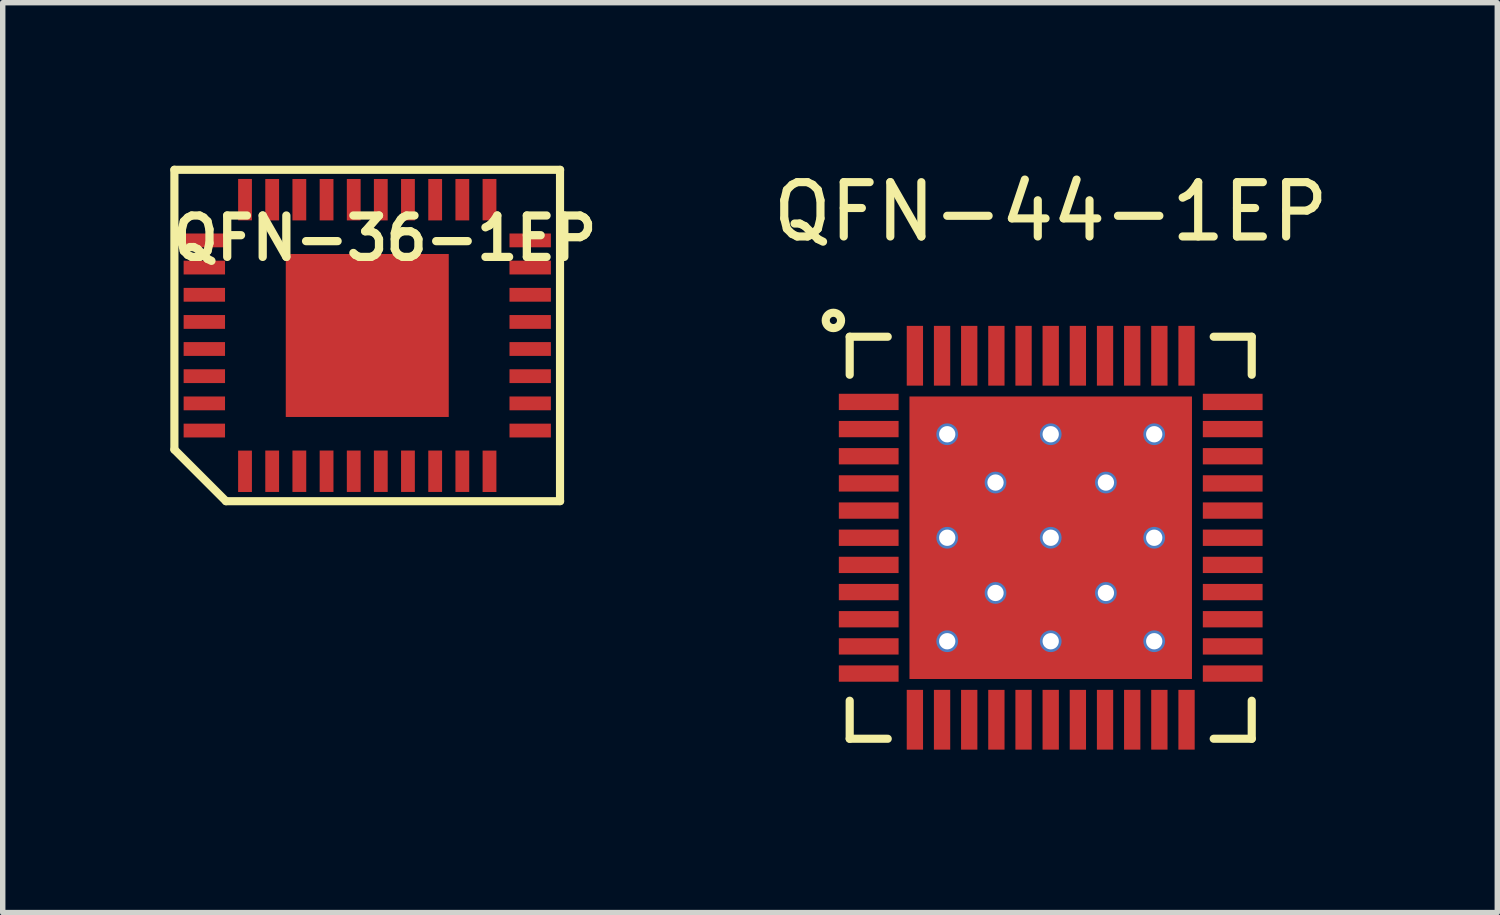
<source format=kicad_pcb>
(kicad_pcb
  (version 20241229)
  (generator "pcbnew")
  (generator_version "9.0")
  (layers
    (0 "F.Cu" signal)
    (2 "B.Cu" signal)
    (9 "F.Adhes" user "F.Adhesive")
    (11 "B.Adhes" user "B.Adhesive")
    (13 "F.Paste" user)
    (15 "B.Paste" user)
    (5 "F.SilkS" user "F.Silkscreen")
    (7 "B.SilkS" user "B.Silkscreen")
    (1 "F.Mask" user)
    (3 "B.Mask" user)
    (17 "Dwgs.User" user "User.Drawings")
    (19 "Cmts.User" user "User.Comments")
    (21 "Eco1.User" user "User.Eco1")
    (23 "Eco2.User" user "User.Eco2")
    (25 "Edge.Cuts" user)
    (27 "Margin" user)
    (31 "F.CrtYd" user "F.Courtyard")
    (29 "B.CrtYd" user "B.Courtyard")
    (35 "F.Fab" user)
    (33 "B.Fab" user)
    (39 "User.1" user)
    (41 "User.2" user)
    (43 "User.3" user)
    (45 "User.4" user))
  (footprint "QFN-44-1EP"
    (layer "F.Cu")
    (at 16.29 6.848)
    (property "Reference" "QFN-44-1EP" (at 0 -6 0) (layer "F.SilkS") (effects (font (size 1 1) (thickness 0.15))))
    (attr smd)
    (fp_line (start -3.7 -3.7) (end -3 -3.7) (stroke (width 0.15) (type solid)) (layer "F.SilkS"))
    (fp_line (start -3.7 -3) (end -3.7 -3.7) (stroke (width 0.15) (type solid)) (layer "F.SilkS"))
    (fp_line (start -3.7 3) (end -3.7 3.7) (stroke (width 0.15) (type solid)) (layer "F.SilkS"))
    (fp_line (start -3.7 3.7) (end -3 3.7) (stroke (width 0.15) (type solid)) (layer "F.SilkS"))
    (fp_line (start 3 -3.7) (end 3.7 -3.7) (stroke (width 0.15) (type solid)) (layer "F.SilkS"))
    (fp_line (start 3 3.7) (end 3.7 3.7) (stroke (width 0.15) (type solid)) (layer "F.SilkS"))
    (fp_line (start 3.7 -3.7) (end 3.7 -3) (stroke (width 0.15) (type solid)) (layer "F.SilkS"))
    (fp_line (start 3.7 3.7) (end 3.7 3) (stroke (width 0.15) (type solid)) (layer "F.SilkS"))
    (fp_circle (center -4 -4) (end -4.1 -4.1) (stroke (width 0.15) (type solid)) (fill no) (layer "F.SilkS"))
    (pad "1" smd rect (at -3.35 -2.5) (size 1.1 0.3) (layers "F.Cu" "F.Mask" "F.Paste"))
    (pad "2" smd rect (at -3.35 -2) (size 1.1 0.3) (layers "F.Cu" "F.Mask" "F.Paste"))
    (pad "3" smd rect (at -3.35 -1.5) (size 1.1 0.3) (layers "F.Cu" "F.Mask" "F.Paste"))
    (pad "4" smd rect (at -3.35 -1) (size 1.1 0.3) (layers "F.Cu" "F.Mask" "F.Paste"))
    (pad "5" smd rect (at -3.35 -0.5) (size 1.1 0.3) (layers "F.Cu" "F.Mask" "F.Paste"))
    (pad "6" smd rect (at -3.35 0) (size 1.1 0.3) (layers "F.Cu" "F.Mask" "F.Paste"))
    (pad "7" smd rect (at -3.35 0.5) (size 1.1 0.3) (layers "F.Cu" "F.Mask" "F.Paste"))
    (pad "8" smd rect (at -3.35 1) (size 1.1 0.3) (layers "F.Cu" "F.Mask" "F.Paste"))
    (pad "9" smd rect (at -3.35 1.5) (size 1.1 0.3) (layers "F.Cu" "F.Mask" "F.Paste"))
    (pad "10" smd rect (at -3.35 2) (size 1.1 0.3) (layers "F.Cu" "F.Mask" "F.Paste"))
    (pad "11" smd rect (at -3.35 2.5) (size 1.1 0.3) (layers "F.Cu" "F.Mask" "F.Paste"))
    (pad "12" smd rect (at -2.5 3.35) (size 0.3 1.1) (layers "F.Cu" "F.Mask" "F.Paste"))
    (pad "13" smd rect (at -2 3.35) (size 0.3 1.1) (layers "F.Cu" "F.Mask" "F.Paste"))
    (pad "14" smd rect (at -1.5 3.35) (size 0.3 1.1) (layers "F.Cu" "F.Mask" "F.Paste"))
    (pad "15" smd rect (at -1 3.35) (size 0.3 1.1) (layers "F.Cu" "F.Mask" "F.Paste"))
    (pad "16" smd rect (at -0.5 3.35) (size 0.3 1.1) (layers "F.Cu" "F.Mask" "F.Paste"))
    (pad "17" smd rect (at 0 3.35) (size 0.3 1.1) (layers "F.Cu" "F.Mask" "F.Paste"))
    (pad "18" smd rect (at 0.5 3.35) (size 0.3 1.1) (layers "F.Cu" "F.Mask" "F.Paste"))
    (pad "19" smd rect (at 1 3.35) (size 0.3 1.1) (layers "F.Cu" "F.Mask" "F.Paste"))
    (pad "20" smd rect (at 1.5 3.35) (size 0.3 1.1) (layers "F.Cu" "F.Mask" "F.Paste"))
    (pad "21" smd rect (at 2 3.35) (size 0.3 1.1) (layers "F.Cu" "F.Mask" "F.Paste"))
    (pad "22" smd rect (at 2.5 3.35) (size 0.3 1.1) (layers "F.Cu" "F.Mask" "F.Paste"))
    (pad "23" smd rect (at 3.35 2.5) (size 1.1 0.3) (layers "F.Cu" "F.Mask" "F.Paste"))
    (pad "24" smd rect (at 3.35 2) (size 1.1 0.3) (layers "F.Cu" "F.Mask" "F.Paste"))
    (pad "25" smd rect (at 3.35 1.5) (size 1.1 0.3) (layers "F.Cu" "F.Mask" "F.Paste"))
    (pad "26" smd rect (at 3.35 1) (size 1.1 0.3) (layers "F.Cu" "F.Mask" "F.Paste"))
    (pad "27" smd rect (at 3.35 0.5) (size 1.1 0.3) (layers "F.Cu" "F.Mask" "F.Paste"))
    (pad "28" smd rect (at 3.35 0) (size 1.1 0.3) (layers "F.Cu" "F.Mask" "F.Paste"))
    (pad "29" smd rect (at 3.35 -0.5) (size 1.1 0.3) (layers "F.Cu" "F.Mask" "F.Paste"))
    (pad "30" smd rect (at 3.35 -1) (size 1.1 0.3) (layers "F.Cu" "F.Mask" "F.Paste"))
    (pad "31" smd rect (at 3.35 -1.5) (size 1.1 0.3) (layers "F.Cu" "F.Mask" "F.Paste"))
    (pad "32" smd rect (at 3.35 -2) (size 1.1 0.3) (layers "F.Cu" "F.Mask" "F.Paste"))
    (pad "33" smd rect (at 3.35 -2.5) (size 1.1 0.3) (layers "F.Cu" "F.Mask" "F.Paste"))
    (pad "34" smd rect (at 2.5 -3.35) (size 0.3 1.1) (layers "F.Cu" "F.Mask" "F.Paste"))
    (pad "35" smd rect (at 2 -3.35) (size 0.3 1.1) (layers "F.Cu" "F.Mask" "F.Paste"))
    (pad "36" smd rect (at 1.5 -3.35) (size 0.3 1.1) (layers "F.Cu" "F.Mask" "F.Paste"))
    (pad "37" smd rect (at 1 -3.35) (size 0.3 1.1) (layers "F.Cu" "F.Mask" "F.Paste"))
    (pad "38" smd rect (at 0.5 -3.35) (size 0.3 1.1) (layers "F.Cu" "F.Mask" "F.Paste"))
    (pad "39" smd rect (at 0 -3.35) (size 0.3 1.1) (layers "F.Cu" "F.Mask" "F.Paste"))
    (pad "40" smd rect (at -0.5 -3.35) (size 0.3 1.1) (layers "F.Cu" "F.Mask" "F.Paste"))
    (pad "41" smd rect (at -1 -3.35) (size 0.3 1.1) (layers "F.Cu" "F.Mask" "F.Paste"))
    (pad "42" smd rect (at -1.5 -3.35) (size 0.3 1.1) (layers "F.Cu" "F.Mask" "F.Paste"))
    (pad "43" smd rect (at -2 -3.35) (size 0.3 1.1) (layers "F.Cu" "F.Mask" "F.Paste"))
    (pad "44" smd rect (at -2.5 -3.35) (size 0.3 1.1) (layers "F.Cu" "F.Mask" "F.Paste"))
    (pad "45" thru_hole circle (at -1.905 -1.905) (size 0.4 0.4) (drill 0.3) (layers "*.Cu"))
    (pad "45" thru_hole circle (at -1.905 0) (size 0.4 0.4) (drill 0.3) (layers "*.Cu"))
    (pad "45" thru_hole circle (at -1.905 1.905) (size 0.4 0.4) (drill 0.3) (layers "*.Cu"))
    (pad "45" thru_hole circle (at -1.016 -1.016) (size 0.4 0.4) (drill 0.3) (layers "*.Cu"))
    (pad "45" thru_hole circle (at -1.016 1.016) (size 0.4 0.4) (drill 0.3) (layers "*.Cu"))
    (pad "45" thru_hole circle (at 0 -1.905) (size 0.4 0.4) (drill 0.3) (layers "*.Cu"))
    (pad "45" thru_hole circle (at 0 0) (size 0.4 0.4) (drill 0.3) (layers "*.Cu"))
    (pad "45" smd rect (at 0 0) (size 5.2 5.2) (layers "F.Cu" "F.Mask" "F.Paste"))
    (pad "45" thru_hole circle (at 0 1.905) (size 0.4 0.4) (drill 0.3) (layers "*.Cu"))
    (pad "45" thru_hole circle (at 1.016 -1.016) (size 0.4 0.4) (drill 0.3) (layers "*.Cu"))
    (pad "45" thru_hole circle (at 1.016 1.016) (size 0.4 0.4) (drill 0.3) (layers "*.Cu"))
    (pad "45" thru_hole circle (at 1.905 -1.905) (size 0.4 0.4) (drill 0.3) (layers "*.Cu"))
    (pad "45" thru_hole circle (at 1.905 0) (size 0.4 0.4) (drill 0.3) (layers "*.Cu"))
    (pad "45" thru_hole circle (at 1.905 1.905) (size 0.4 0.4) (drill 0.3) (layers "*.Cu")))
  (footprint "QFN-36-1EP"
    (layer "F.Cu")
    (at 3.71 3.125)
    (property "Reference" "QFN-36-1EP" (at 0.325 -1.791 0) (layer "F.SilkS") (effects (font (size 0.762 0.762) (thickness 0.152))))
    (attr smd)
    (fp_line (start -3.55 -3.05) (end 3.55 -3.05) (stroke (width 0.15) (type solid)) (layer "F.SilkS"))
    (fp_line (start -3.55 2.1) (end -3.55 -3.05) (stroke (width 0.15) (type solid)) (layer "F.SilkS"))
    (fp_line (start -2.6 3.05) (end -3.55 2.1) (stroke (width 0.15) (type solid)) (layer "F.SilkS"))
    (fp_line (start -2.6 3.05) (end 3.55 3.05) (stroke (width 0.15) (type solid)) (layer "F.SilkS"))
    (fp_line (start 3.548 -3.048) (end 3.548 3.048) (stroke (width 0.15) (type solid)) (layer "F.SilkS"))
    (pad "1" smd rect (at -2.25 2.5) (size 0.254 0.762) (layers "F.Cu" "F.Mask" "F.Paste"))
    (pad "2" smd rect (at -1.75 2.499) (size 0.254 0.762) (layers "F.Cu" "F.Mask" "F.Paste"))
    (pad "3" smd rect (at -1.25 2.499) (size 0.254 0.762) (layers "F.Cu" "F.Mask" "F.Paste"))
    (pad "4" smd rect (at -0.749 2.499) (size 0.254 0.762) (layers "F.Cu" "F.Mask" "F.Paste"))
    (pad "5" smd rect (at -0.249 2.499) (size 0.254 0.762) (layers "F.Cu" "F.Mask" "F.Paste"))
    (pad "6" smd rect (at 0.249 2.499) (size 0.254 0.762) (layers "F.Cu" "F.Mask" "F.Paste"))
    (pad "7" smd rect (at 0.749 2.499) (size 0.254 0.762) (layers "F.Cu" "F.Mask" "F.Paste"))
    (pad "8" smd rect (at 1.25 2.499) (size 0.254 0.762) (layers "F.Cu" "F.Mask" "F.Paste"))
    (pad "9" smd rect (at 1.75 2.499) (size 0.254 0.762) (layers "F.Cu" "F.Mask" "F.Paste"))
    (pad "10" smd rect (at 2.25 2.5) (size 0.254 0.762) (layers "F.Cu" "F.Mask" "F.Paste"))
    (pad "11" smd rect (at 2.999 1.75 90) (size 0.254 0.762) (layers "F.Cu" "F.Mask" "F.Paste"))
    (pad "12" smd rect (at 2.999 1.25 90) (size 0.254 0.762) (layers "F.Cu" "F.Mask" "F.Paste"))
    (pad "13" smd rect (at 2.999 0.749 90) (size 0.254 0.762) (layers "F.Cu" "F.Mask" "F.Paste"))
    (pad "14" smd rect (at 2.999 0.249 90) (size 0.254 0.762) (layers "F.Cu" "F.Mask" "F.Paste"))
    (pad "15" smd rect (at 2.999 -0.249 90) (size 0.254 0.762) (layers "F.Cu" "F.Mask" "F.Paste"))
    (pad "16" smd rect (at 2.999 -0.749 90) (size 0.254 0.762) (layers "F.Cu" "F.Mask" "F.Paste"))
    (pad "17" smd rect (at 2.999 -1.25 90) (size 0.254 0.762) (layers "F.Cu" "F.Mask" "F.Paste"))
    (pad "18" smd rect (at 2.999 -1.75 90) (size 0.254 0.762) (layers "F.Cu" "F.Mask" "F.Paste"))
    (pad "19" smd rect (at 2.25 -2.5) (size 0.254 0.762) (layers "F.Cu" "F.Mask" "F.Paste"))
    (pad "20" smd rect (at 1.75 -2.499) (size 0.254 0.762) (layers "F.Cu" "F.Mask" "F.Paste"))
    (pad "21" smd rect (at 1.25 -2.499) (size 0.254 0.762) (layers "F.Cu" "F.Mask" "F.Paste"))
    (pad "22" smd rect (at 0.749 -2.499) (size 0.254 0.762) (layers "F.Cu" "F.Mask" "F.Paste"))
    (pad "23" smd rect (at 0.249 -2.499) (size 0.254 0.762) (layers "F.Cu" "F.Mask" "F.Paste"))
    (pad "24" smd rect (at -0.249 -2.499) (size 0.254 0.762) (layers "F.Cu" "F.Mask" "F.Paste"))
    (pad "25" smd rect (at -0.749 -2.499) (size 0.254 0.762) (layers "F.Cu" "F.Mask" "F.Paste"))
    (pad "26" smd rect (at -1.25 -2.499) (size 0.254 0.762) (layers "F.Cu" "F.Mask" "F.Paste"))
    (pad "27" smd rect (at -1.75 -2.499) (size 0.254 0.762) (layers "F.Cu" "F.Mask" "F.Paste"))
    (pad "28" smd rect (at -2.25 -2.5) (size 0.254 0.762) (layers "F.Cu" "F.Mask" "F.Paste"))
    (pad "29" smd rect (at -2.999 -1.75 90) (size 0.254 0.762) (layers "F.Cu" "F.Mask" "F.Paste"))
    (pad "30" smd rect (at -2.999 -1.25 90) (size 0.254 0.762) (layers "F.Cu" "F.Mask" "F.Paste"))
    (pad "31" smd rect (at -2.999 -0.749 90) (size 0.254 0.762) (layers "F.Cu" "F.Mask" "F.Paste"))
    (pad "32" smd rect (at -2.999 -0.249 90) (size 0.254 0.762) (layers "F.Cu" "F.Mask" "F.Paste"))
    (pad "33" smd rect (at -2.999 0.249 90) (size 0.254 0.762) (layers "F.Cu" "F.Mask" "F.Paste"))
    (pad "34" smd rect (at -2.999 0.749 90) (size 0.254 0.762) (layers "F.Cu" "F.Mask" "F.Paste"))
    (pad "35" smd rect (at -2.999 1.25 90) (size 0.254 0.762) (layers "F.Cu" "F.Mask" "F.Paste"))
    (pad "36" smd rect (at -2.999 1.75 90) (size 0.254 0.762) (layers "F.Cu" "F.Mask" "F.Paste"))
    (pad "37" smd rect (at 0 0) (size 3 3) (layers "F.Cu" "F.Mask" "F.Paste")))
  (gr_rect
    (start -3 -3)
    (end 24.51 13.748)
    (stroke (width 0.1) (type default))
    (fill no)
    (layer "Edge.Cuts")))
</source>
